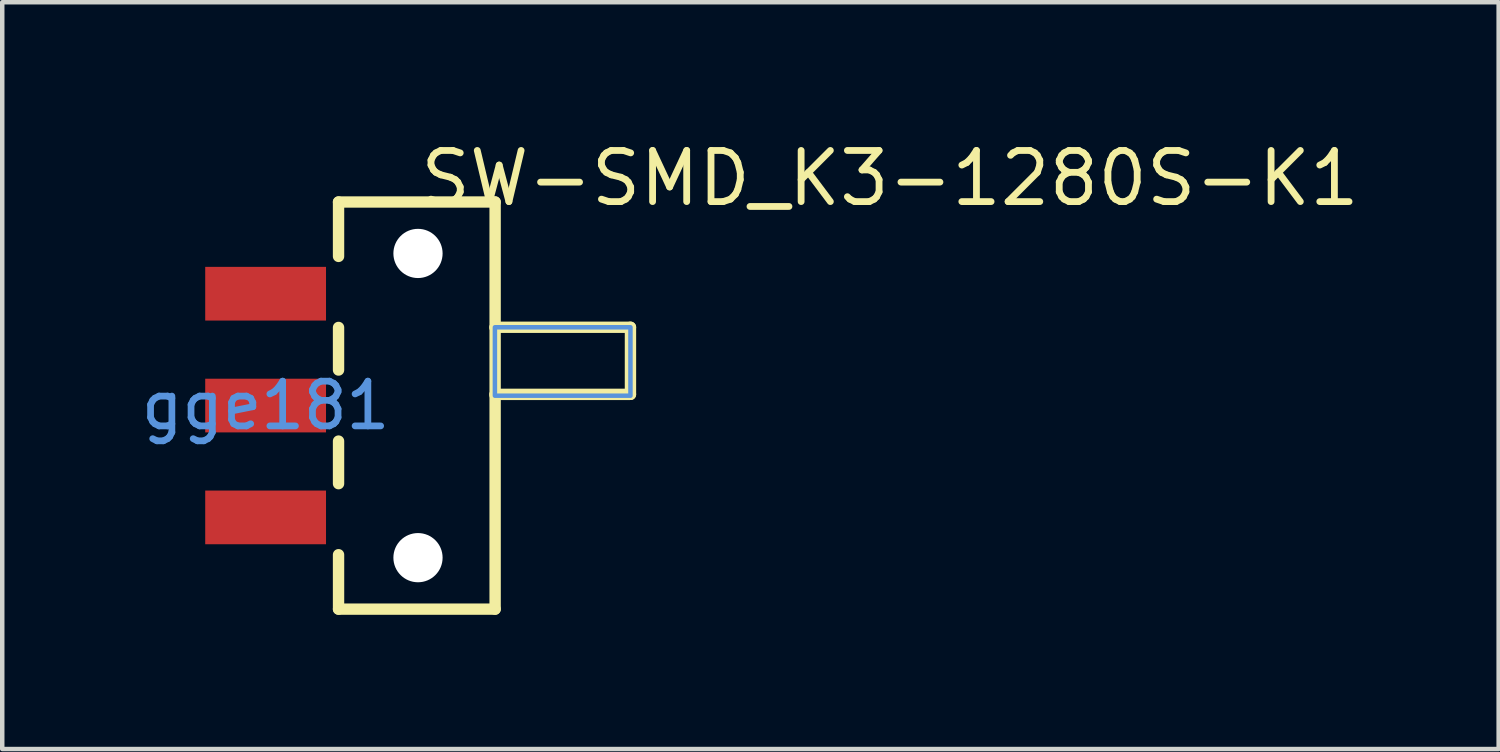
<source format=kicad_pcb>
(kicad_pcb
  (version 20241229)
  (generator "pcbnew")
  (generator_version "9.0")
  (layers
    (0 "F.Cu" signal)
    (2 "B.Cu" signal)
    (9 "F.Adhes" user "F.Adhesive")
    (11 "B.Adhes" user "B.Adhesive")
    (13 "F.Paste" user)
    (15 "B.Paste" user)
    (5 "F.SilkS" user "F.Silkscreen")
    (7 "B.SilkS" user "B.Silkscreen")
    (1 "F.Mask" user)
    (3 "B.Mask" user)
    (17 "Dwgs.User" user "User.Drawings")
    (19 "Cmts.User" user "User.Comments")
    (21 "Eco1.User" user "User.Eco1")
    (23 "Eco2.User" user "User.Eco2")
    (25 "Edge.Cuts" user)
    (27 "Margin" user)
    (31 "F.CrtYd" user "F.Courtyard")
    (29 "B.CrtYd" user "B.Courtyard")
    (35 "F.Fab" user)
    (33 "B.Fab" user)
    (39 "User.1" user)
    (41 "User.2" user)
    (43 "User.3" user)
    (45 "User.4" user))
  (footprint "SW-SMD_K3-1280S-K1"
    (layer "F.Cu")
    (at 2.887 6.015)
    (property "Reference" "SW-SMD_K3-1280S-K1" (at 3.379 -5.08 0) (layer "F.SilkS") (effects (font (size 1.143 1.143) (thickness 0.152)) (justify left)))
    (attr smd)
    (fp_line (start 1.63 -4.55) (end 1.63 -3.334) (stroke (width 0.254) (type solid)) (layer "F.SilkS"))
    (fp_line (start 1.63 -4.55) (end 5.13 -4.55) (stroke (width 0.254) (type solid)) (layer "F.SilkS"))
    (fp_line (start 1.63 -1.746) (end 1.63 -0.794) (stroke (width 0.254) (type solid)) (layer "F.SilkS"))
    (fp_line (start 1.63 0.794) (end 1.63 1.746) (stroke (width 0.254) (type solid)) (layer "F.SilkS"))
    (fp_line (start 1.63 3.334) (end 1.63 4.55) (stroke (width 0.254) (type solid)) (layer "F.SilkS"))
    (fp_line (start 5.13 -4.55) (end 5.13 4.55) (stroke (width 0.254) (type solid)) (layer "F.SilkS"))
    (fp_line (start 5.13 -1.75) (end 5.13 -1.739) (stroke (width 0.254) (type solid)) (layer "F.SilkS"))
    (fp_line (start 5.13 -0.25) (end 5.13 -0.229) (stroke (width 0.254) (type solid)) (layer "F.SilkS"))
    (fp_line (start 5.13 4.55) (end 1.63 4.55) (stroke (width 0.254) (type solid)) (layer "F.SilkS"))
    (fp_line (start 8.155 -1.75) (end 5.13 -1.75) (stroke (width 0.254) (type solid)) (layer "F.SilkS"))
    (fp_line (start 8.155 -1.75) (end 8.155 -0.25) (stroke (width 0.254) (type solid)) (layer "F.SilkS"))
    (fp_line (start 8.155 -0.25) (end 5.13 -0.25) (stroke (width 0.254) (type solid)) (layer "F.SilkS"))
    (fp_poly (pts (xy 8.155 -1.75) (xy 8.155 -0.22) (xy 5.125 -0.22) (xy 5.125 -1.75) (xy 8.155 -1.75)) (stroke (width 0.1) (type solid)) (fill no) (layer "Cmts.User"))
    (fp_text user "gge181" (at 0 0 0) (layer "Cmts.User") (effects (font (size 1 1) (thickness 0.15))))
    (pad "" np_thru_hole circle (at 3.406 -3.4) (size 1.1 1.1) (drill 1.1) (layers "*.Cu" "*.Mask"))
    (pad "" np_thru_hole circle (at 3.406 3.4) (size 1.1 1.1) (drill 1.1) (layers "*.Cu" "*.Mask"))
    (pad "1" smd rect (at 0 -2.5) (size 2.7 1.2) (layers "F.Cu" "F.Mask" "F.Paste"))
    (pad "2" smd rect (at 0 0) (size 2.7 1.2) (layers "F.Cu" "F.Mask" "F.Paste"))
    (pad "3" smd rect (at 0 2.5) (size 2.7 1.2) (layers "F.Cu" "F.Mask" "F.Paste")))
  (gr_rect
    (start -3 -3)
    (end 30.448 13.692)
    (stroke (width 0.1) (type default))
    (fill no)
    (layer "Edge.Cuts")))
</source>
